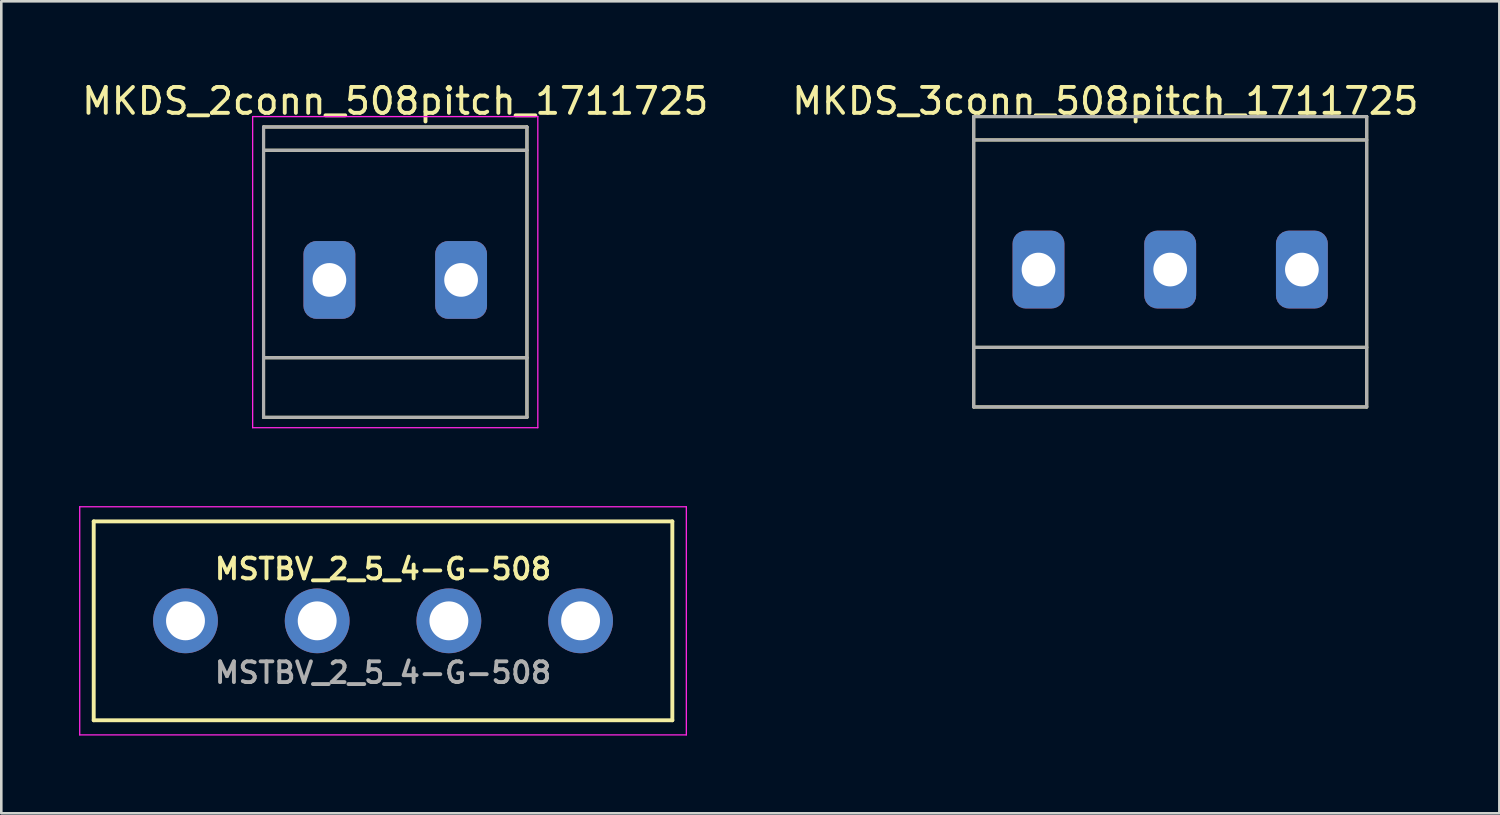
<source format=kicad_pcb>
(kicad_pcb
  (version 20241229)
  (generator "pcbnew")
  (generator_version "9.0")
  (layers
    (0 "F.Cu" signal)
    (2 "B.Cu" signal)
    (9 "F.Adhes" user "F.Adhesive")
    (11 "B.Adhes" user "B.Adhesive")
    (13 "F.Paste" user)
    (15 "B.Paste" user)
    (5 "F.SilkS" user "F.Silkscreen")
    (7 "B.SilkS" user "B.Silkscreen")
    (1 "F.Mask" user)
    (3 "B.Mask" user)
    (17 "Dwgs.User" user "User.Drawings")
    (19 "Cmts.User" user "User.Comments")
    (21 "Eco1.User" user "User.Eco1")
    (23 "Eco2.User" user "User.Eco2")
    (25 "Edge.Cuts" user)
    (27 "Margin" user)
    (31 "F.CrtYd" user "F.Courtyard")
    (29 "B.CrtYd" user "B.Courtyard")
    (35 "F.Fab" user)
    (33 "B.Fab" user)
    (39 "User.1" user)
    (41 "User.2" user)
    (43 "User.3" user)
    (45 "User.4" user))
  (footprint "MKDS_3conn_508pitch_1711725"
    (layer "F.Cu")
    (at 42.089 7.348)
    (property "Reference" "MKDS_3conn_508pitch_1711725" (at -2.5 -6.5 0) (layer "F.SilkS") (effects (font (size 1 1) (thickness 0.15))))
    (attr through_hole)
    (fp_line (start -7.58 -5.9) (end -7.58 5.3) (stroke (width 0.12) (type solid)) (layer "F.SilkS"))
    (fp_line (start -7.58 -5) (end 7.58 -5) (stroke (width 0.12) (type solid)) (layer "F.SilkS"))
    (fp_line (start -7.58 3) (end 7.58 3) (stroke (width 0.12) (type solid)) (layer "F.SilkS"))
    (fp_line (start -7.58 5.3) (end 7.58 5.3) (stroke (width 0.12) (type solid)) (layer "F.SilkS"))
    (fp_line (start 7.58 -5.9) (end -7.58 -5.9) (stroke (width 0.12) (type solid)) (layer "F.SilkS"))
    (fp_line (start 7.58 5.3) (end 7.58 -5.9) (stroke (width 0.12) (type solid)) (layer "F.SilkS"))
    (fp_line (start -7.58 -5.9) (end -7.58 5.3) (stroke (width 0.12) (type solid)) (layer "F.Fab"))
    (fp_line (start -7.58 -5) (end 7.58 -5) (stroke (width 0.12) (type solid)) (layer "F.Fab"))
    (fp_line (start -7.58 3) (end 7.58 3) (stroke (width 0.12) (type solid)) (layer "F.Fab"))
    (fp_line (start -7.58 5.3) (end 7.58 5.3) (stroke (width 0.12) (type solid)) (layer "F.Fab"))
    (fp_line (start 7.58 -5.9) (end -7.58 -5.9) (stroke (width 0.12) (type solid)) (layer "F.Fab"))
    (fp_line (start 7.58 5.3) (end 7.58 -5.9) (stroke (width 0.12) (type solid)) (layer "F.Fab"))
    (pad "1" thru_hole roundrect (at -5.08 0) (size 2 3) (drill 1.3) (layers "*.Cu" "*.Mask") (roundrect_rratio 0.25))
    (pad "2" thru_hole roundrect (at 0 0) (size 2 3) (drill 1.3) (layers "*.Cu" "*.Mask") (roundrect_rratio 0.25))
    (pad "3" thru_hole roundrect (at 5.08 0) (size 2 3) (drill 1.3) (layers "*.Cu" "*.Mask") (roundrect_rratio 0.25)))
  (footprint "MKDS_2conn_508pitch_1711725"
    (layer "F.Cu")
    (at 12.196 7.748)
    (property "Reference" "MKDS_2conn_508pitch_1711725" (at 0 -6.9 0) (layer "F.SilkS") (effects (font (size 1 1) (thickness 0.15))))
    (attr through_hole)
    (fp_line (start -5.08 -5.9) (end -5.08 5.3) (stroke (width 0.12) (type solid)) (layer "F.SilkS"))
    (fp_line (start -5.08 -5) (end 5.08 -5) (stroke (width 0.12) (type solid)) (layer "F.SilkS"))
    (fp_line (start -5.08 3) (end 5.08 3) (stroke (width 0.12) (type solid)) (layer "F.SilkS"))
    (fp_line (start -5.08 5.3) (end 5.08 5.3) (stroke (width 0.12) (type solid)) (layer "F.SilkS"))
    (fp_line (start 5.08 -5.9) (end -5.08 -5.9) (stroke (width 0.12) (type solid)) (layer "F.SilkS"))
    (fp_line (start 5.08 5.3) (end 5.08 -5.9) (stroke (width 0.12) (type solid)) (layer "F.SilkS"))
    (fp_line (start -5.5 -6.3) (end -5.5 5.7) (stroke (width 0.05) (type solid)) (layer "F.CrtYd"))
    (fp_line (start -5.5 5.7) (end 5.5 5.7) (stroke (width 0.05) (type solid)) (layer "F.CrtYd"))
    (fp_line (start 5.5 -6.3) (end -5.5 -6.3) (stroke (width 0.05) (type solid)) (layer "F.CrtYd"))
    (fp_line (start 5.5 5.7) (end 5.5 -6.3) (stroke (width 0.05) (type solid)) (layer "F.CrtYd"))
    (fp_line (start -5.08 -5.9) (end -5.08 5.3) (stroke (width 0.12) (type solid)) (layer "F.Fab"))
    (fp_line (start -5.08 -5) (end 5.08 -5) (stroke (width 0.12) (type solid)) (layer "F.Fab"))
    (fp_line (start -5.08 3) (end 5.08 3) (stroke (width 0.12) (type solid)) (layer "F.Fab"))
    (fp_line (start -5.08 5.3) (end 5.08 5.3) (stroke (width 0.12) (type solid)) (layer "F.Fab"))
    (fp_line (start 5.08 -5.9) (end -5.08 -5.9) (stroke (width 0.12) (type solid)) (layer "F.Fab"))
    (fp_line (start 5.08 5.3) (end 5.08 -5.9) (stroke (width 0.12) (type solid)) (layer "F.Fab"))
    (pad "1" thru_hole roundrect (at -2.54 0) (size 2 3) (drill 1.3) (layers "*.Cu" "*.Mask") (roundrect_rratio 0.25))
    (pad "2" thru_hole roundrect (at 2.54 0) (size 2 3) (drill 1.3) (layers "*.Cu" "*.Mask") (roundrect_rratio 0.25)))
  (footprint "MSTBV_2_5_4-G-508"
    (layer "F.Cu")
    (at 11.725 20.898)
    (property "Reference" "MSTBV_2_5_4-G-508" (at 0 -2 0) (unlocked yes) (layer "F.SilkS") (effects (font (size 0.8 0.8) (thickness 0.15))))
    (attr through_hole)
    (fp_line (start -11.16 -3.835) (end -11.16 3.835) (stroke (width 0.15) (type default)) (layer "F.SilkS"))
    (fp_line (start -11.16 -3.835) (end 11.16 -3.835) (stroke (width 0.15) (type default)) (layer "F.SilkS"))
    (fp_line (start -11.16 3.835) (end 11.16 3.835) (stroke (width 0.15) (type default)) (layer "F.SilkS"))
    (fp_line (start 11.16 -3.835) (end 11.16 3.835) (stroke (width 0.15) (type default)) (layer "F.SilkS"))
    (fp_line (start -11.7 -4.4) (end -11.7 4.4) (stroke (width 0.05) (type default)) (layer "F.CrtYd"))
    (fp_line (start -11.7 4.4) (end 11.7 4.4) (stroke (width 0.05) (type default)) (layer "F.CrtYd"))
    (fp_line (start 11.7 -4.4) (end -11.7 -4.4) (stroke (width 0.05) (type default)) (layer "F.CrtYd"))
    (fp_line (start 11.7 4.4) (end 11.7 -4.4) (stroke (width 0.05) (type default)) (layer "F.CrtYd"))
    (fp_text user "${REFERENCE}" (at 0 2 0) (unlocked yes) (layer "F.Fab") (effects (font (size 0.8 0.8) (thickness 0.15))))
    (pad "1" thru_hole circle (at -7.62 0) (size 2.5 2.5) (drill 1.5) (layers "*.Cu" "*.Mask"))
    (pad "2" thru_hole circle (at -2.54 0) (size 2.5 2.5) (drill 1.5) (layers "*.Cu" "*.Mask"))
    (pad "3" thru_hole circle (at 2.54 0) (size 2.5 2.5) (drill 1.5) (layers "*.Cu" "*.Mask"))
    (pad "4" thru_hole circle (at 7.62 0) (size 2.5 2.5) (drill 1.5) (layers "*.Cu" "*.Mask")))
  (gr_rect
    (start -3 -3)
    (end 54.786 28.323)
    (stroke (width 0.1) (type default))
    (fill no)
    (layer "Edge.Cuts")))
</source>
